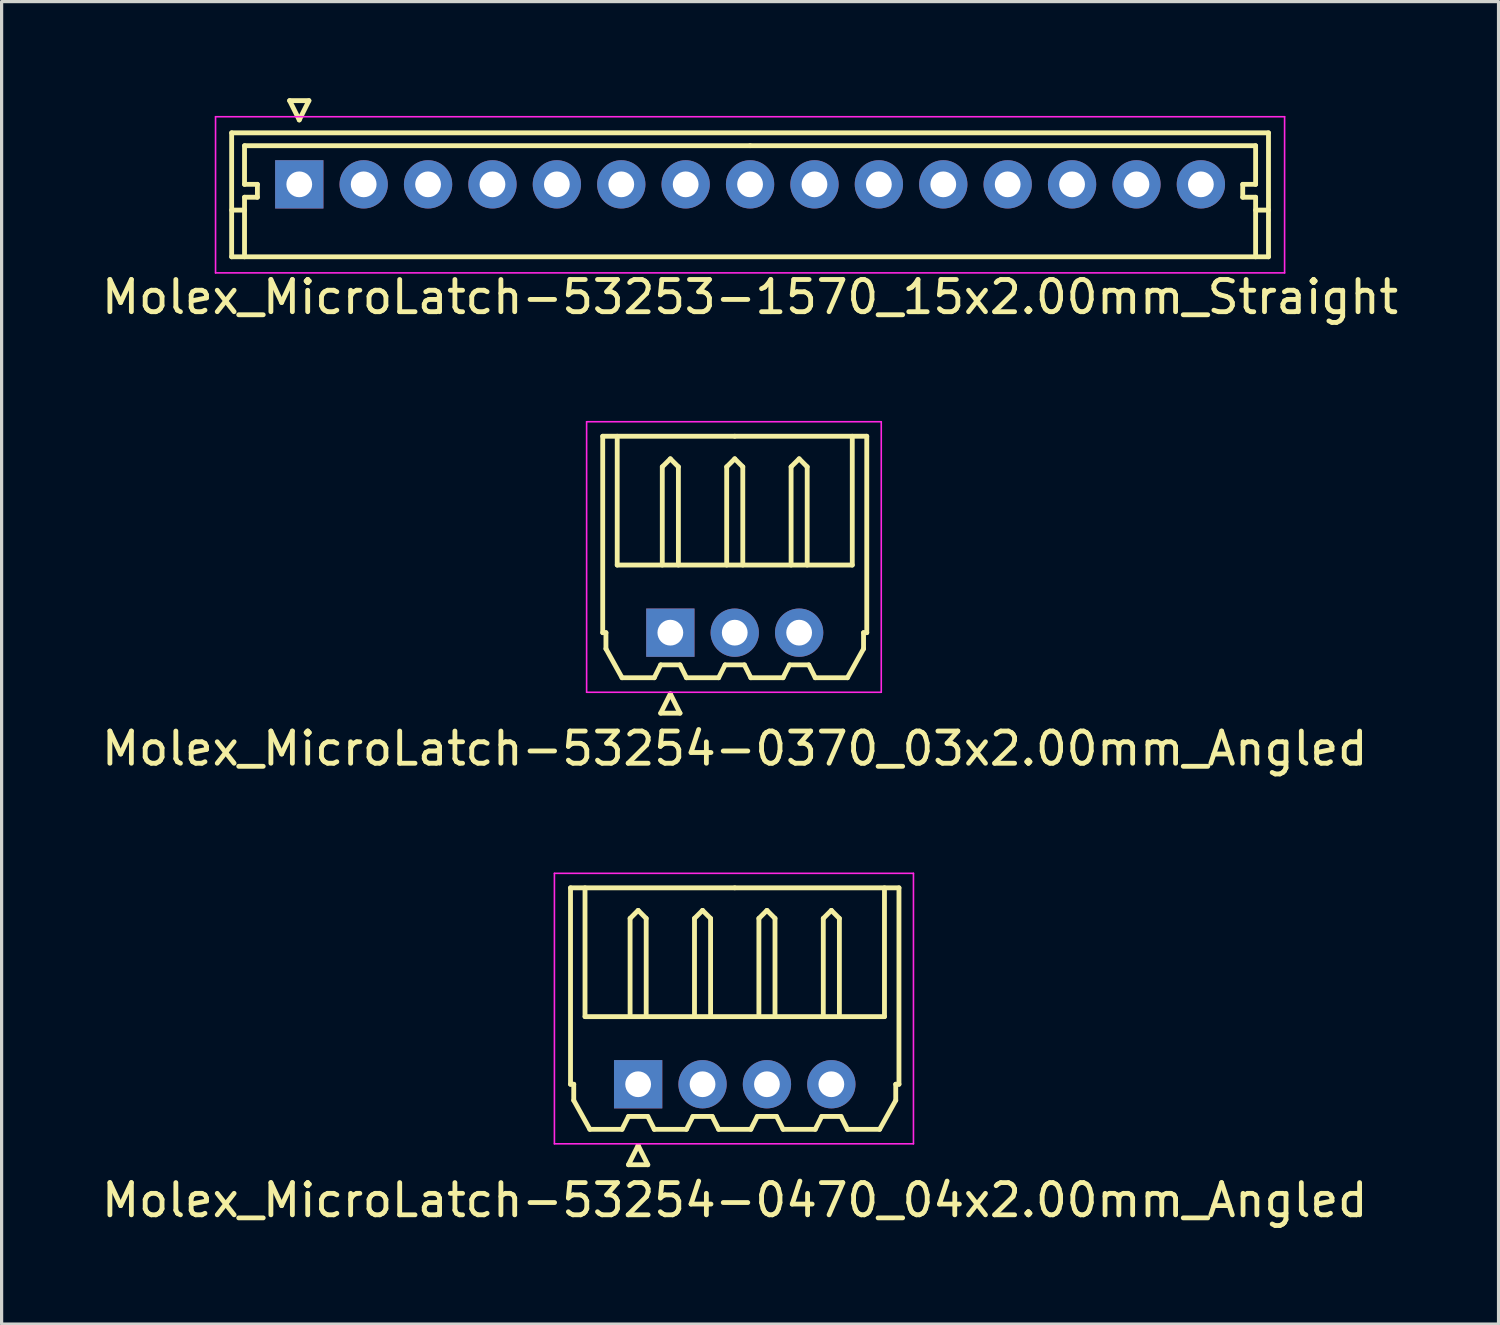
<source format=kicad_pcb>
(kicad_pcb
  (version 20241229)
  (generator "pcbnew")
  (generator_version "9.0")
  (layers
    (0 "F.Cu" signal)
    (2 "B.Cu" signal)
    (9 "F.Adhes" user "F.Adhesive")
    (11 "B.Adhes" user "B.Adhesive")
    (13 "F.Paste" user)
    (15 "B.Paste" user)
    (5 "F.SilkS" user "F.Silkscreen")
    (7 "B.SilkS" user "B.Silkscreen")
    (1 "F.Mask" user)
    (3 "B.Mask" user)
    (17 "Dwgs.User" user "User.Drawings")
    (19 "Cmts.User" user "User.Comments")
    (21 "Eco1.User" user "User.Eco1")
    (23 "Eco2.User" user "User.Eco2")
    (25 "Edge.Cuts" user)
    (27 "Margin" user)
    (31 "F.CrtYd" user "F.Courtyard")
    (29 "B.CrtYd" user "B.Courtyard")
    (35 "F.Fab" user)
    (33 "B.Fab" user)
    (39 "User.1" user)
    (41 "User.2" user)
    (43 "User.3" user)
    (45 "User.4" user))
  (footprint "Molex_MicroLatch-53254-0370_03x2.00mm_Angled"
    (layer "F.Cu")
    (at 17.768 16.598)
    (property "Reference" "Molex_MicroLatch-53254-0370_03x2.00mm_Angled" (at 2 3.6 0) (layer "F.SilkS") (effects (font (size 1 1) (thickness 0.15))))
    (attr through_hole)
    (fp_line (start -2.1 -6.1) (end 2 -6.1) (stroke (width 0.15) (type solid)) (layer "F.SilkS"))
    (fp_line (start -2.1 0) (end -2.1 -6.1) (stroke (width 0.15) (type solid)) (layer "F.SilkS"))
    (fp_line (start -2 0) (end -2.1 0) (stroke (width 0.15) (type solid)) (layer "F.SilkS"))
    (fp_line (start -2 0.5) (end -2 0) (stroke (width 0.15) (type solid)) (layer "F.SilkS"))
    (fp_line (start -1.65 -6.1) (end -1.65 -2.1) (stroke (width 0.15) (type solid)) (layer "F.SilkS"))
    (fp_line (start -1.65 -2.1) (end 5.65 -2.1) (stroke (width 0.15) (type solid)) (layer "F.SilkS"))
    (fp_line (start -1.5 1.4) (end -2 0.5) (stroke (width 0.15) (type solid)) (layer "F.SilkS"))
    (fp_line (start -0.5 1.4) (end -1.5 1.4) (stroke (width 0.15) (type solid)) (layer "F.SilkS"))
    (fp_line (start -0.3 1) (end -0.5 1.4) (stroke (width 0.15) (type solid)) (layer "F.SilkS"))
    (fp_line (start -0.3 1) (end 0.3 1) (stroke (width 0.15) (type solid)) (layer "F.SilkS"))
    (fp_line (start -0.3 2.5) (end 0.3 2.5) (stroke (width 0.15) (type solid)) (layer "F.SilkS"))
    (fp_line (start -0.25 -5.15) (end 0 -5.4) (stroke (width 0.15) (type solid)) (layer "F.SilkS"))
    (fp_line (start -0.25 -2.1) (end -0.25 -5.15) (stroke (width 0.15) (type solid)) (layer "F.SilkS"))
    (fp_line (start 0 -5.4) (end 0.25 -5.15) (stroke (width 0.15) (type solid)) (layer "F.SilkS"))
    (fp_line (start 0 1.9) (end -0.3 2.5) (stroke (width 0.15) (type solid)) (layer "F.SilkS"))
    (fp_line (start 0.25 -5.15) (end 0.25 -2.1) (stroke (width 0.15) (type solid)) (layer "F.SilkS"))
    (fp_line (start 0.3 1) (end 0.5 1.4) (stroke (width 0.15) (type solid)) (layer "F.SilkS"))
    (fp_line (start 0.3 2.5) (end 0 1.9) (stroke (width 0.15) (type solid)) (layer "F.SilkS"))
    (fp_line (start 0.5 1.4) (end 1.5 1.4) (stroke (width 0.15) (type solid)) (layer "F.SilkS"))
    (fp_line (start 1.5 1.4) (end 1.7 1) (stroke (width 0.15) (type solid)) (layer "F.SilkS"))
    (fp_line (start 1.7 1) (end 2.3 1) (stroke (width 0.15) (type solid)) (layer "F.SilkS"))
    (fp_line (start 1.75 -5.15) (end 2 -5.4) (stroke (width 0.15) (type solid)) (layer "F.SilkS"))
    (fp_line (start 1.75 -2.1) (end 1.75 -5.15) (stroke (width 0.15) (type solid)) (layer "F.SilkS"))
    (fp_line (start 2 -5.4) (end 2.25 -5.15) (stroke (width 0.15) (type solid)) (layer "F.SilkS"))
    (fp_line (start 2.25 -5.15) (end 2.25 -2.1) (stroke (width 0.15) (type solid)) (layer "F.SilkS"))
    (fp_line (start 2.3 1) (end 2.5 1.4) (stroke (width 0.15) (type solid)) (layer "F.SilkS"))
    (fp_line (start 2.5 1.4) (end 3.5 1.4) (stroke (width 0.15) (type solid)) (layer "F.SilkS"))
    (fp_line (start 3.5 1.4) (end 3.7 1) (stroke (width 0.15) (type solid)) (layer "F.SilkS"))
    (fp_line (start 3.7 1) (end 4.3 1) (stroke (width 0.15) (type solid)) (layer "F.SilkS"))
    (fp_line (start 3.75 -5.15) (end 4 -5.4) (stroke (width 0.15) (type solid)) (layer "F.SilkS"))
    (fp_line (start 3.75 -2.1) (end 3.75 -5.15) (stroke (width 0.15) (type solid)) (layer "F.SilkS"))
    (fp_line (start 4 -5.4) (end 4.25 -5.15) (stroke (width 0.15) (type solid)) (layer "F.SilkS"))
    (fp_line (start 4.25 -5.15) (end 4.25 -2.1) (stroke (width 0.15) (type solid)) (layer "F.SilkS"))
    (fp_line (start 4.3 1) (end 4.5 1.4) (stroke (width 0.15) (type solid)) (layer "F.SilkS"))
    (fp_line (start 4.5 1.4) (end 5.5 1.4) (stroke (width 0.15) (type solid)) (layer "F.SilkS"))
    (fp_line (start 5.5 1.4) (end 6 0.5) (stroke (width 0.15) (type solid)) (layer "F.SilkS"))
    (fp_line (start 5.65 -2.1) (end 5.65 -6.1) (stroke (width 0.15) (type solid)) (layer "F.SilkS"))
    (fp_line (start 6 0) (end 6.1 0) (stroke (width 0.15) (type solid)) (layer "F.SilkS"))
    (fp_line (start 6 0.5) (end 6 0) (stroke (width 0.15) (type solid)) (layer "F.SilkS"))
    (fp_line (start 6.1 -6.1) (end 2 -6.1) (stroke (width 0.15) (type solid)) (layer "F.SilkS"))
    (fp_line (start 6.1 0) (end 6.1 -6.1) (stroke (width 0.15) (type solid)) (layer "F.SilkS"))
    (fp_line (start -2.6 -6.55) (end -2.6 1.85) (stroke (width 0.05) (type solid)) (layer "F.CrtYd"))
    (fp_line (start -2.6 1.85) (end 6.55 1.85) (stroke (width 0.05) (type solid)) (layer "F.CrtYd"))
    (fp_line (start 6.55 -6.55) (end -2.6 -6.55) (stroke (width 0.05) (type solid)) (layer "F.CrtYd"))
    (fp_line (start 6.55 1.85) (end 6.55 -6.55) (stroke (width 0.05) (type solid)) (layer "F.CrtYd"))
    (pad "1" thru_hole rect (at 0 0) (size 1.5 1.5) (drill 0.8) (layers "*.Cu" "*.Mask"))
    (pad "2" thru_hole circle (at 2 0) (size 1.5 1.5) (drill 0.8) (layers "*.Cu" "*.Mask"))
    (pad "3" thru_hole circle (at 4 0) (size 1.5 1.5) (drill 0.8) (layers "*.Cu" "*.Mask")))
  (footprint "Molex_MicroLatch-53254-0470_04x2.00mm_Angled"
    (layer "F.Cu")
    (at 16.768 30.622)
    (property "Reference" "Molex_MicroLatch-53254-0470_04x2.00mm_Angled" (at 3 3.6 0) (layer "F.SilkS") (effects (font (size 1 1) (thickness 0.15))))
    (attr through_hole)
    (fp_line (start -2.1 -6.1) (end 3 -6.1) (stroke (width 0.15) (type solid)) (layer "F.SilkS"))
    (fp_line (start -2.1 0) (end -2.1 -6.1) (stroke (width 0.15) (type solid)) (layer "F.SilkS"))
    (fp_line (start -2 0) (end -2.1 0) (stroke (width 0.15) (type solid)) (layer "F.SilkS"))
    (fp_line (start -2 0.5) (end -2 0) (stroke (width 0.15) (type solid)) (layer "F.SilkS"))
    (fp_line (start -1.65 -6.1) (end -1.65 -2.1) (stroke (width 0.15) (type solid)) (layer "F.SilkS"))
    (fp_line (start -1.65 -2.1) (end 7.65 -2.1) (stroke (width 0.15) (type solid)) (layer "F.SilkS"))
    (fp_line (start -1.5 1.4) (end -2 0.5) (stroke (width 0.15) (type solid)) (layer "F.SilkS"))
    (fp_line (start -0.5 1.4) (end -1.5 1.4) (stroke (width 0.15) (type solid)) (layer "F.SilkS"))
    (fp_line (start -0.3 1) (end -0.5 1.4) (stroke (width 0.15) (type solid)) (layer "F.SilkS"))
    (fp_line (start -0.3 1) (end 0.3 1) (stroke (width 0.15) (type solid)) (layer "F.SilkS"))
    (fp_line (start -0.3 2.5) (end 0.3 2.5) (stroke (width 0.15) (type solid)) (layer "F.SilkS"))
    (fp_line (start -0.25 -5.15) (end 0 -5.4) (stroke (width 0.15) (type solid)) (layer "F.SilkS"))
    (fp_line (start -0.25 -2.1) (end -0.25 -5.15) (stroke (width 0.15) (type solid)) (layer "F.SilkS"))
    (fp_line (start 0 -5.4) (end 0.25 -5.15) (stroke (width 0.15) (type solid)) (layer "F.SilkS"))
    (fp_line (start 0 1.9) (end -0.3 2.5) (stroke (width 0.15) (type solid)) (layer "F.SilkS"))
    (fp_line (start 0.25 -5.15) (end 0.25 -2.1) (stroke (width 0.15) (type solid)) (layer "F.SilkS"))
    (fp_line (start 0.3 1) (end 0.5 1.4) (stroke (width 0.15) (type solid)) (layer "F.SilkS"))
    (fp_line (start 0.3 2.5) (end 0 1.9) (stroke (width 0.15) (type solid)) (layer "F.SilkS"))
    (fp_line (start 0.5 1.4) (end 1.5 1.4) (stroke (width 0.15) (type solid)) (layer "F.SilkS"))
    (fp_line (start 1.5 1.4) (end 1.7 1) (stroke (width 0.15) (type solid)) (layer "F.SilkS"))
    (fp_line (start 1.7 1) (end 2.3 1) (stroke (width 0.15) (type solid)) (layer "F.SilkS"))
    (fp_line (start 1.75 -5.15) (end 2 -5.4) (stroke (width 0.15) (type solid)) (layer "F.SilkS"))
    (fp_line (start 1.75 -2.1) (end 1.75 -5.15) (stroke (width 0.15) (type solid)) (layer "F.SilkS"))
    (fp_line (start 2 -5.4) (end 2.25 -5.15) (stroke (width 0.15) (type solid)) (layer "F.SilkS"))
    (fp_line (start 2.25 -5.15) (end 2.25 -2.1) (stroke (width 0.15) (type solid)) (layer "F.SilkS"))
    (fp_line (start 2.3 1) (end 2.5 1.4) (stroke (width 0.15) (type solid)) (layer "F.SilkS"))
    (fp_line (start 2.5 1.4) (end 3.5 1.4) (stroke (width 0.15) (type solid)) (layer "F.SilkS"))
    (fp_line (start 3.5 1.4) (end 3.7 1) (stroke (width 0.15) (type solid)) (layer "F.SilkS"))
    (fp_line (start 3.7 1) (end 4.3 1) (stroke (width 0.15) (type solid)) (layer "F.SilkS"))
    (fp_line (start 3.75 -5.15) (end 4 -5.4) (stroke (width 0.15) (type solid)) (layer "F.SilkS"))
    (fp_line (start 3.75 -2.1) (end 3.75 -5.15) (stroke (width 0.15) (type solid)) (layer "F.SilkS"))
    (fp_line (start 4 -5.4) (end 4.25 -5.15) (stroke (width 0.15) (type solid)) (layer "F.SilkS"))
    (fp_line (start 4.25 -5.15) (end 4.25 -2.1) (stroke (width 0.15) (type solid)) (layer "F.SilkS"))
    (fp_line (start 4.3 1) (end 4.5 1.4) (stroke (width 0.15) (type solid)) (layer "F.SilkS"))
    (fp_line (start 4.5 1.4) (end 5.5 1.4) (stroke (width 0.15) (type solid)) (layer "F.SilkS"))
    (fp_line (start 5.5 1.4) (end 5.7 1) (stroke (width 0.15) (type solid)) (layer "F.SilkS"))
    (fp_line (start 5.7 1) (end 6.3 1) (stroke (width 0.15) (type solid)) (layer "F.SilkS"))
    (fp_line (start 5.75 -5.15) (end 6 -5.4) (stroke (width 0.15) (type solid)) (layer "F.SilkS"))
    (fp_line (start 5.75 -2.1) (end 5.75 -5.15) (stroke (width 0.15) (type solid)) (layer "F.SilkS"))
    (fp_line (start 6 -5.4) (end 6.25 -5.15) (stroke (width 0.15) (type solid)) (layer "F.SilkS"))
    (fp_line (start 6.25 -5.15) (end 6.25 -2.1) (stroke (width 0.15) (type solid)) (layer "F.SilkS"))
    (fp_line (start 6.3 1) (end 6.5 1.4) (stroke (width 0.15) (type solid)) (layer "F.SilkS"))
    (fp_line (start 6.5 1.4) (end 7.5 1.4) (stroke (width 0.15) (type solid)) (layer "F.SilkS"))
    (fp_line (start 7.5 1.4) (end 8 0.5) (stroke (width 0.15) (type solid)) (layer "F.SilkS"))
    (fp_line (start 7.65 -2.1) (end 7.65 -6.1) (stroke (width 0.15) (type solid)) (layer "F.SilkS"))
    (fp_line (start 8 0) (end 8.1 0) (stroke (width 0.15) (type solid)) (layer "F.SilkS"))
    (fp_line (start 8 0.5) (end 8 0) (stroke (width 0.15) (type solid)) (layer "F.SilkS"))
    (fp_line (start 8.1 -6.1) (end 3 -6.1) (stroke (width 0.15) (type solid)) (layer "F.SilkS"))
    (fp_line (start 8.1 0) (end 8.1 -6.1) (stroke (width 0.15) (type solid)) (layer "F.SilkS"))
    (fp_line (start -2.6 -6.55) (end -2.6 1.85) (stroke (width 0.05) (type solid)) (layer "F.CrtYd"))
    (fp_line (start -2.6 1.85) (end 8.55 1.85) (stroke (width 0.05) (type solid)) (layer "F.CrtYd"))
    (fp_line (start 8.55 -6.55) (end -2.6 -6.55) (stroke (width 0.05) (type solid)) (layer "F.CrtYd"))
    (fp_line (start 8.55 1.85) (end 8.55 -6.55) (stroke (width 0.05) (type solid)) (layer "F.CrtYd"))
    (pad "1" thru_hole rect (at 0 0) (size 1.5 1.5) (drill 0.8) (layers "*.Cu" "*.Mask"))
    (pad "2" thru_hole circle (at 2 0) (size 1.5 1.5) (drill 0.8) (layers "*.Cu" "*.Mask"))
    (pad "3" thru_hole circle (at 4 0) (size 1.5 1.5) (drill 0.8) (layers "*.Cu" "*.Mask"))
    (pad "4" thru_hole circle (at 6 0) (size 1.5 1.5) (drill 0.8) (layers "*.Cu" "*.Mask")))
  (footprint "Molex_MicroLatch-53253-1570_15x2.00mm_Straight"
    (layer "F.Cu")
    (at 6.244 2.675)
    (property "Reference" "Molex_MicroLatch-53253-1570_15x2.00mm_Straight" (at 14 3.5 0) (layer "F.SilkS") (effects (font (size 1 1) (thickness 0.15))))
    (attr through_hole)
    (fp_line (start -2.1 -1.6) (end -2.1 2.25) (stroke (width 0.15) (type solid)) (layer "F.SilkS"))
    (fp_line (start -2.1 0.8) (end -1.7 0.8) (stroke (width 0.15) (type solid)) (layer "F.SilkS"))
    (fp_line (start -2.1 2.25) (end 30.1 2.25) (stroke (width 0.15) (type solid)) (layer "F.SilkS"))
    (fp_line (start -1.7 -1.2) (end -1.7 0) (stroke (width 0.15) (type solid)) (layer "F.SilkS"))
    (fp_line (start -1.7 0) (end -1.3 0) (stroke (width 0.15) (type solid)) (layer "F.SilkS"))
    (fp_line (start -1.7 0.4) (end -1.7 2.25) (stroke (width 0.15) (type solid)) (layer "F.SilkS"))
    (fp_line (start -1.3 0) (end -1.3 0.4) (stroke (width 0.15) (type solid)) (layer "F.SilkS"))
    (fp_line (start -1.3 0.4) (end -1.7 0.4) (stroke (width 0.15) (type solid)) (layer "F.SilkS"))
    (fp_line (start -0.3 -2.6) (end 0.3 -2.6) (stroke (width 0.15) (type solid)) (layer "F.SilkS"))
    (fp_line (start 0 -2) (end -0.3 -2.6) (stroke (width 0.15) (type solid)) (layer "F.SilkS"))
    (fp_line (start 0.3 -2.6) (end 0 -2) (stroke (width 0.15) (type solid)) (layer "F.SilkS"))
    (fp_line (start 14 -1.2) (end -1.7 -1.2) (stroke (width 0.15) (type solid)) (layer "F.SilkS"))
    (fp_line (start 14 -1.2) (end 29.7 -1.2) (stroke (width 0.15) (type solid)) (layer "F.SilkS"))
    (fp_line (start 29.3 0) (end 29.3 0.4) (stroke (width 0.15) (type solid)) (layer "F.SilkS"))
    (fp_line (start 29.3 0.4) (end 29.7 0.4) (stroke (width 0.15) (type solid)) (layer "F.SilkS"))
    (fp_line (start 29.7 -1.2) (end 29.7 0) (stroke (width 0.15) (type solid)) (layer "F.SilkS"))
    (fp_line (start 29.7 0) (end 29.3 0) (stroke (width 0.15) (type solid)) (layer "F.SilkS"))
    (fp_line (start 29.7 0.4) (end 29.7 2.25) (stroke (width 0.15) (type solid)) (layer "F.SilkS"))
    (fp_line (start 30.1 -1.6) (end -2.1 -1.6) (stroke (width 0.15) (type solid)) (layer "F.SilkS"))
    (fp_line (start 30.1 0.8) (end 29.7 0.8) (stroke (width 0.15) (type solid)) (layer "F.SilkS"))
    (fp_line (start 30.1 2.25) (end 30.1 -1.6) (stroke (width 0.15) (type solid)) (layer "F.SilkS"))
    (fp_line (start -2.6 -2.1) (end -2.6 2.75) (stroke (width 0.05) (type solid)) (layer "F.CrtYd"))
    (fp_line (start -2.6 2.75) (end 30.6 2.75) (stroke (width 0.05) (type solid)) (layer "F.CrtYd"))
    (fp_line (start 30.6 -2.1) (end -2.6 -2.1) (stroke (width 0.05) (type solid)) (layer "F.CrtYd"))
    (fp_line (start 30.6 2.75) (end 30.6 -2.1) (stroke (width 0.05) (type solid)) (layer "F.CrtYd"))
    (pad "1" thru_hole rect (at 0 0) (size 1.5 1.5) (drill 0.8) (layers "*.Cu" "*.Mask"))
    (pad "2" thru_hole circle (at 2 0) (size 1.5 1.5) (drill 0.8) (layers "*.Cu" "*.Mask"))
    (pad "3" thru_hole circle (at 4 0) (size 1.5 1.5) (drill 0.8) (layers "*.Cu" "*.Mask"))
    (pad "4" thru_hole circle (at 6 0) (size 1.5 1.5) (drill 0.8) (layers "*.Cu" "*.Mask"))
    (pad "5" thru_hole circle (at 8 0) (size 1.5 1.5) (drill 0.8) (layers "*.Cu" "*.Mask"))
    (pad "6" thru_hole circle (at 10 0) (size 1.5 1.5) (drill 0.8) (layers "*.Cu" "*.Mask"))
    (pad "7" thru_hole circle (at 12 0) (size 1.5 1.5) (drill 0.8) (layers "*.Cu" "*.Mask"))
    (pad "8" thru_hole circle (at 14 0) (size 1.5 1.5) (drill 0.8) (layers "*.Cu" "*.Mask"))
    (pad "9" thru_hole circle (at 16 0) (size 1.5 1.5) (drill 0.8) (layers "*.Cu" "*.Mask"))
    (pad "10" thru_hole circle (at 18 0) (size 1.5 1.5) (drill 0.8) (layers "*.Cu" "*.Mask"))
    (pad "11" thru_hole circle (at 20 0) (size 1.5 1.5) (drill 0.8) (layers "*.Cu" "*.Mask"))
    (pad "12" thru_hole circle (at 22 0) (size 1.5 1.5) (drill 0.8) (layers "*.Cu" "*.Mask"))
    (pad "13" thru_hole circle (at 24 0) (size 1.5 1.5) (drill 0.8) (layers "*.Cu" "*.Mask"))
    (pad "14" thru_hole circle (at 26 0) (size 1.5 1.5) (drill 0.8) (layers "*.Cu" "*.Mask"))
    (pad "15" thru_hole circle (at 28 0) (size 1.5 1.5) (drill 0.8) (layers "*.Cu" "*.Mask")))
  (gr_rect
    (start -3 -3)
    (end 43.488 38.07)
    (stroke (width 0.1) (type default))
    (fill no)
    (layer "Edge.Cuts")))
</source>
